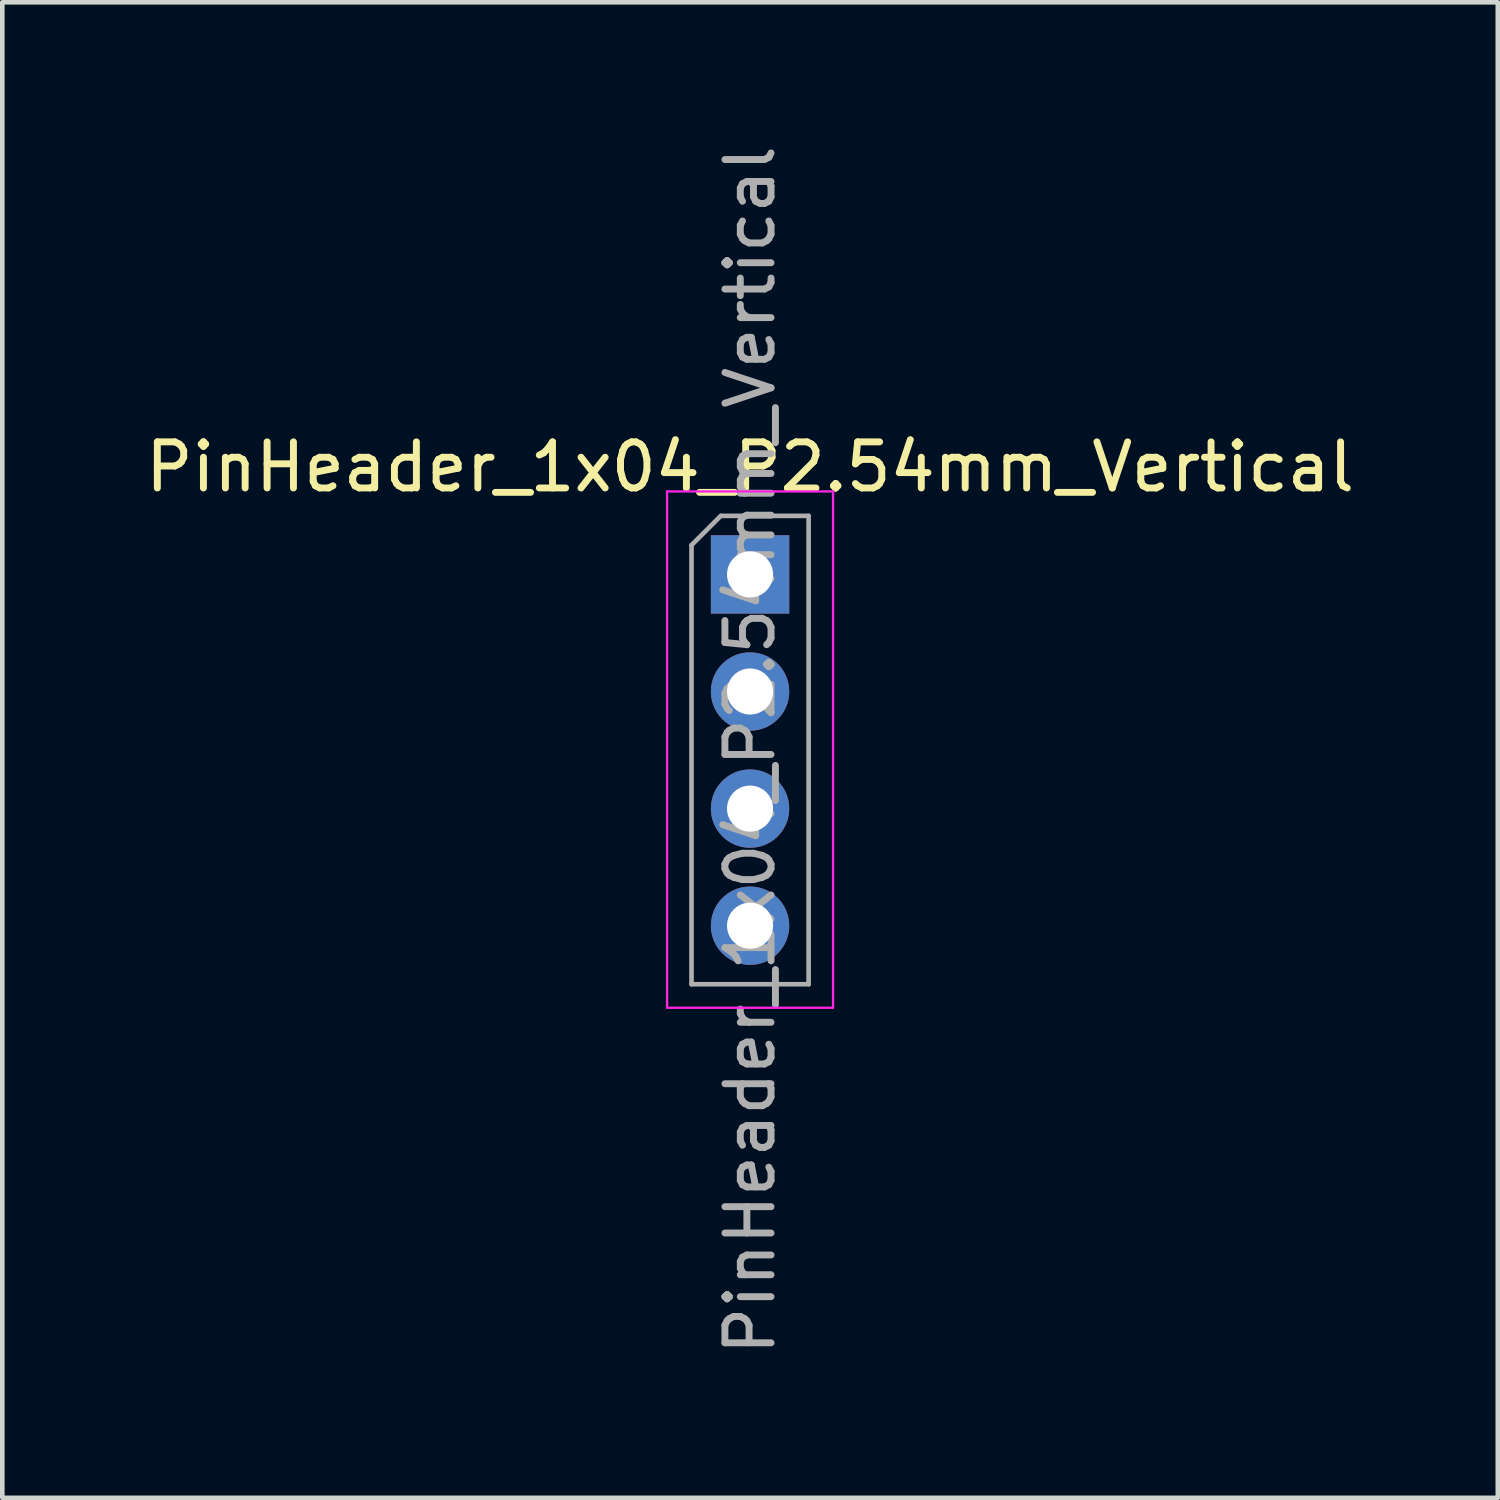
<source format=kicad_pcb>
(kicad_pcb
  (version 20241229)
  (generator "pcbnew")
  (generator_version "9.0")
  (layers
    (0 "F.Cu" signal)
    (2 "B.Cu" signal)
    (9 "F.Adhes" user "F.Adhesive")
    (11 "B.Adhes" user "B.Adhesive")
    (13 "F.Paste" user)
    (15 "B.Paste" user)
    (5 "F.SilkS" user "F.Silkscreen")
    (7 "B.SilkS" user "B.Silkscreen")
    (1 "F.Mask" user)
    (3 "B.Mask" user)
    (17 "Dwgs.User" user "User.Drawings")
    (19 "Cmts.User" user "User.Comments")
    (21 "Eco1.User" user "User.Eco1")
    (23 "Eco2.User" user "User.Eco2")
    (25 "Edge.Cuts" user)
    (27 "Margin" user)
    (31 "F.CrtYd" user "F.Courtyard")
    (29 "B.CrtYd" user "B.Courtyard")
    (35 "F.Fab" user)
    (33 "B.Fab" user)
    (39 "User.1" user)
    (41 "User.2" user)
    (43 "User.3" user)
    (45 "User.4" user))
  (footprint "PinHeader_1x04_P2.54mm_Vertical"
    (layer "F.Cu")
    (at 13.22 9.41)
    (property "Reference" "PinHeader_1x04_P2.54mm_Vertical" (at 0 -2.33 0) (layer "F.SilkS") (effects (font (size 1 1) (thickness 0.15))))
    (attr through_hole)
    (fp_line (start -1.8 -1.8) (end -1.8 9.4) (stroke (width 0.05) (type solid)) (layer "F.CrtYd"))
    (fp_line (start -1.8 9.4) (end 1.8 9.4) (stroke (width 0.05) (type solid)) (layer "F.CrtYd"))
    (fp_line (start 1.8 -1.8) (end -1.8 -1.8) (stroke (width 0.05) (type solid)) (layer "F.CrtYd"))
    (fp_line (start 1.8 9.4) (end 1.8 -1.8) (stroke (width 0.05) (type solid)) (layer "F.CrtYd"))
    (fp_line (start -1.27 -0.635) (end -0.635 -1.27) (stroke (width 0.1) (type solid)) (layer "F.Fab"))
    (fp_line (start -1.27 8.89) (end -1.27 -0.635) (stroke (width 0.1) (type solid)) (layer "F.Fab"))
    (fp_line (start -0.635 -1.27) (end 1.27 -1.27) (stroke (width 0.1) (type solid)) (layer "F.Fab"))
    (fp_line (start 1.27 -1.27) (end 1.27 8.89) (stroke (width 0.1) (type solid)) (layer "F.Fab"))
    (fp_line (start 1.27 8.89) (end -1.27 8.89) (stroke (width 0.1) (type solid)) (layer "F.Fab"))
    (fp_text user "${REFERENCE}" (at 0 3.81 90) (layer "F.Fab") (effects (font (size 1 1) (thickness 0.15))))
    (pad "1" thru_hole rect (at 0 0) (size 1.7 1.7) (drill 1) (layers "*.Cu" "*.Mask"))
    (pad "2" thru_hole oval (at 0 2.54) (size 1.7 1.7) (drill 1) (layers "*.Cu" "*.Mask"))
    (pad "3" thru_hole oval (at 0 5.08) (size 1.7 1.7) (drill 1) (layers "*.Cu" "*.Mask"))
    (pad "4" thru_hole oval (at 0 7.62) (size 1.7 1.7) (drill 1) (layers "*.Cu" "*.Mask")))
  (gr_rect
    (start -3 -3)
    (end 29.44 29.44)
    (stroke (width 0.1) (type default))
    (fill no)
    (layer "Edge.Cuts")))
</source>
